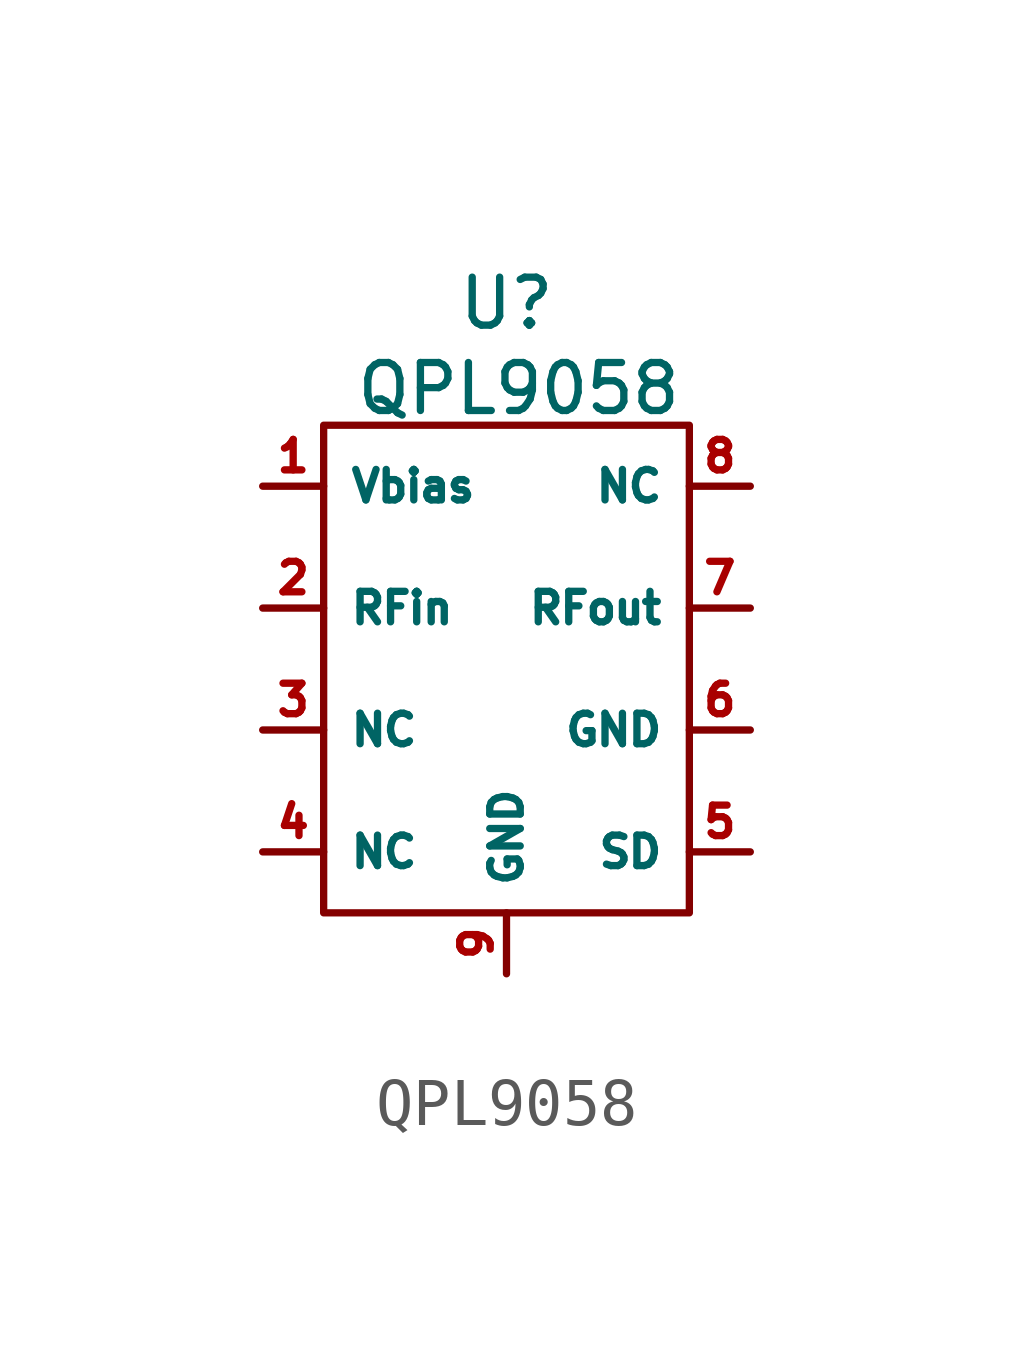
<source format=kicad_sym>
(kicad_symbol_lib
  (version 20231120)
  (generator "kicad_symbol_editor")
  (generator_version "8.0")
  (symbol "QPL9058"
    (property "Reference" "U"
      (at 0 7.62 0)
      (effects (font (size 1 1))))
    (property "Value" "QPL9058"
      (at 0.254 5.842 0)
      (effects (font (size 1 1))))
    (symbol "QPL9058_0_1"
      (rectangle (start -3.81 5.08) (end 3.81 -5.08) (stroke (width 0) (type default)) (fill (type none))))
    (symbol "QPL9058_1_1"
      (pin power_in line (at -5.08 3.81 0) (length 1.27) (name "Vbias" (effects (font (size 0.635 0.635)))) (number "1" (effects (font (size 0.635 0.635)))))
      (pin input line (at -5.08 1.27 0) (length 1.27) (name "RFin" (effects (font (size 0.635 0.635)))) (number "2" (effects (font (size 0.635 0.635)))))
      (pin passive line (at -5.08 -1.27 0) (length 1.27) (name "NC" (effects (font (size 0.635 0.635)))) (number "3" (effects (font (size 0.635 0.635)))))
      (pin passive line (at -5.08 -3.81 0) (length 1.27) (name "NC" (effects (font (size 0.635 0.635)))) (number "4" (effects (font (size 0.635 0.635)))))
      (pin input line (at 5.08 -3.81 180) (length 1.27) (name "SD" (effects (font (size 0.635 0.635)))) (number "5" (effects (font (size 0.635 0.635)))))
      (pin power_in line (at 5.08 -1.27 180) (length 1.27) (name "GND" (effects (font (size 0.635 0.635)))) (number "6" (effects (font (size 0.635 0.635)))))
      (pin output line (at 5.08 1.27 180) (length 1.27) (name "RFout" (effects (font (size 0.635 0.635)))) (number "7" (effects (font (size 0.635 0.635)))))
      (pin passive line (at 5.08 3.81 180) (length 1.27) (name "NC" (effects (font (size 0.635 0.635)))) (number "8" (effects (font (size 0.635 0.635)))))
      (pin power_in line (at 0 -6.35 90) (length 1.27) (name "GND" (effects (font (size 0.635 0.635)))) (number "9" (effects (font (size 0.635 0.635))))))))
</source>
